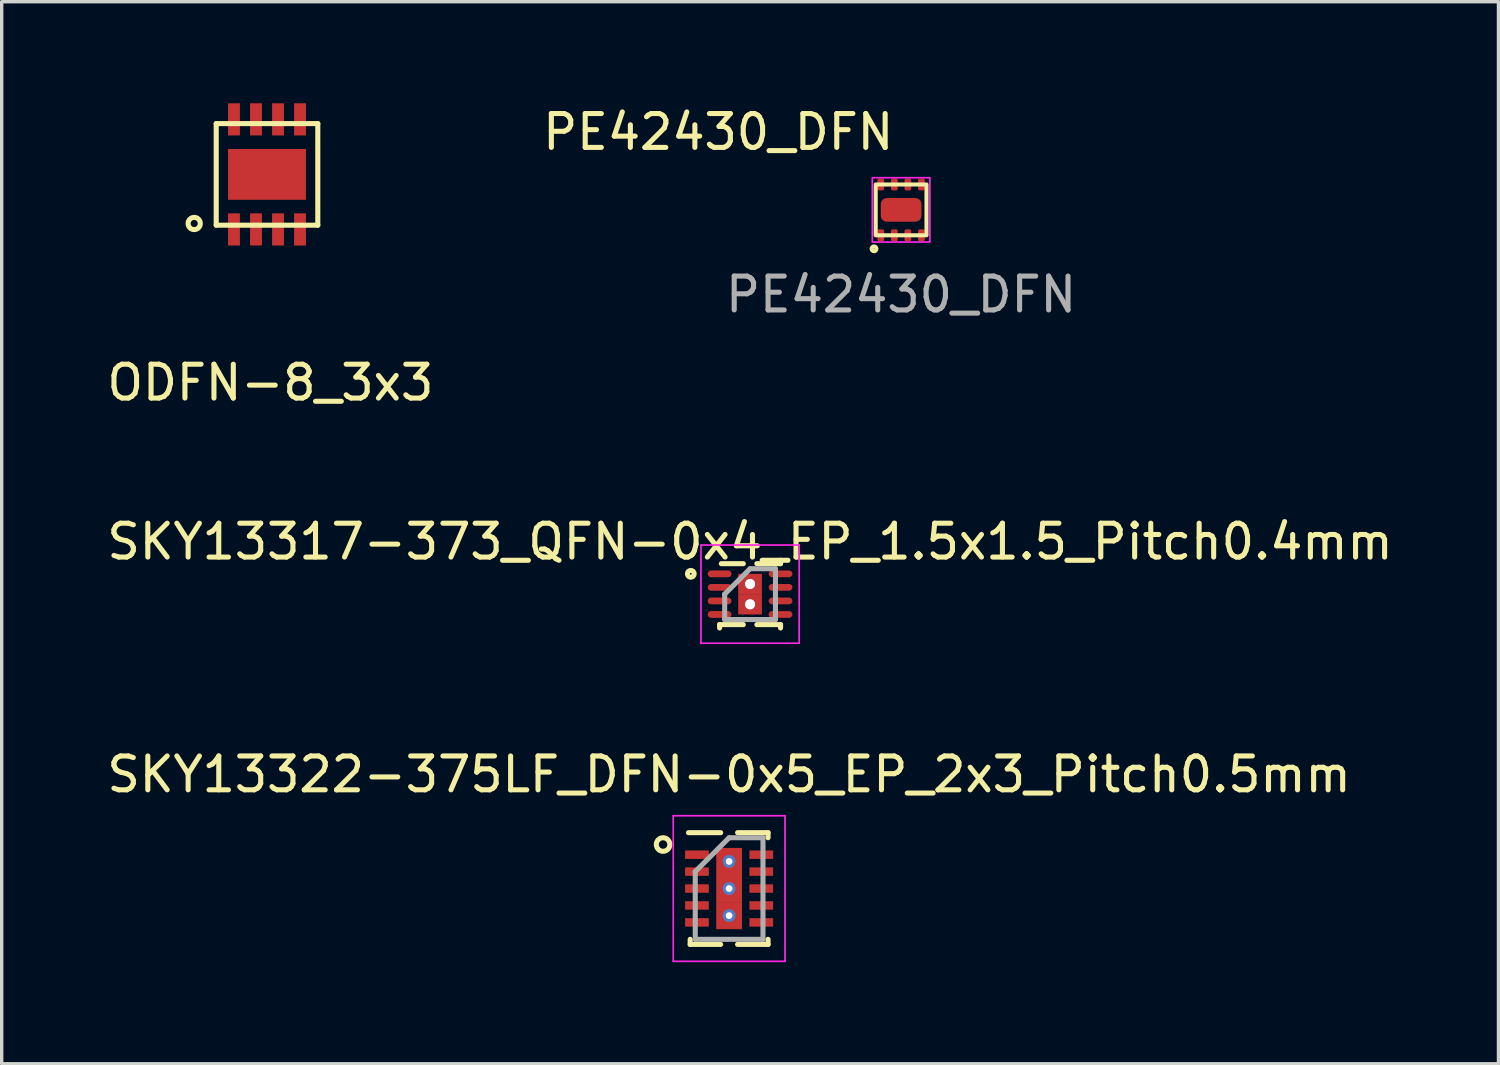
<source format=kicad_pcb>
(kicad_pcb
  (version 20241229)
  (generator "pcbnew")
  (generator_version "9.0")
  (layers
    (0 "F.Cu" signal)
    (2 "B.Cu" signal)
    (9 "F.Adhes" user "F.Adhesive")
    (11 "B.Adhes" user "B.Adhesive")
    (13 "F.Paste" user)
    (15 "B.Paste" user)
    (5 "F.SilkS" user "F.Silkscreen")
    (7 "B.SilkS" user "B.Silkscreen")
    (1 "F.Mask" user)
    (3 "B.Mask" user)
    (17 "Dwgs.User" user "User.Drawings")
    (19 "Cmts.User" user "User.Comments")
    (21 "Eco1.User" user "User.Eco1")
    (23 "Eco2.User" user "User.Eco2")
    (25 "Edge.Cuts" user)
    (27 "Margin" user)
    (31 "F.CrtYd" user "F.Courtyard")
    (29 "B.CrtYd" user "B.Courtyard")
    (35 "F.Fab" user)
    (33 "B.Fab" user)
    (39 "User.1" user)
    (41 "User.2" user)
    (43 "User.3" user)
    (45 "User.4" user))
  (footprint "PE42430_DFN"
    (layer "F.Cu")
    (at 23.561 3.148)
    (property "Reference" "PE42430_DFN" (at -5.4 -2.3 0) (unlocked yes) (layer "F.SilkS") (effects (font (size 1 1) (thickness 0.15))))
    (attr smd)
    (fp_rect (start -0.75 -0.75) (end 0.75 0.75) (stroke (width 0.12) (type solid)) (fill no) (layer "F.SilkS"))
    (fp_circle (center -0.8 1.15) (end -0.75 1.2) (stroke (width 0.12) (type solid)) (fill no) (layer "F.SilkS"))
    (fp_rect (start -0.85 -0.95) (end 0.85 0.95) (stroke (width 0.05) (type solid)) (fill no) (layer "F.CrtYd"))
    (fp_text user "${REFERENCE}" (at 0 2.5 0) (unlocked yes) (layer "F.Fab") (effects (font (size 1 1) (thickness 0.15))))
    (pad "1" smd roundrect (at -0.6 0.75) (size 0.2 0.35) (layers "F.Cu" "F.Mask" "F.Paste") (roundrect_rratio 0.25))
    (pad "2" smd roundrect (at -0.2 0.75) (size 0.2 0.35) (layers "F.Cu" "F.Mask" "F.Paste") (roundrect_rratio 0.25))
    (pad "3" smd roundrect (at 0.2 0.75) (size 0.2 0.35) (layers "F.Cu" "F.Mask" "F.Paste") (roundrect_rratio 0.25))
    (pad "4" smd roundrect (at 0.6 0.75) (size 0.2 0.35) (layers "F.Cu" "F.Mask" "F.Paste") (roundrect_rratio 0.25))
    (pad "5" smd roundrect (at 0.6 -0.75) (size 0.2 0.35) (layers "F.Cu" "F.Mask" "F.Paste") (roundrect_rratio 0.25))
    (pad "6" smd roundrect (at 0.2 -0.75) (size 0.2 0.35) (layers "F.Cu" "F.Mask" "F.Paste") (roundrect_rratio 0.25))
    (pad "7" smd roundrect (at -0.2 -0.75) (size 0.2 0.35) (layers "F.Cu" "F.Mask" "F.Paste") (roundrect_rratio 0.25))
    (pad "8" smd roundrect (at -0.6 -0.75) (size 0.2 0.35) (layers "F.Cu" "F.Mask" "F.Paste") (roundrect_rratio 0.25))
    (pad "9" smd roundrect (at 0 0) (size 1.2 0.7) (layers "F.Cu" "F.Mask" "F.Paste") (roundrect_rratio 0.25)))
  (footprint "ODFN-8_3x3"
    (layer "F.Cu")
    (at 4.835 2.1)
    (property "Reference" "ODFN-8_3x3" (at 0.1 6.15 0) (layer "F.SilkS") (effects (font (size 1 1) (thickness 0.15))))
    (attr through_hole)
    (fp_line (start -1.5 -1.5) (end -1.5 1.5) (stroke (width 0.15) (type solid)) (layer "F.SilkS"))
    (fp_line (start -1.5 1.5) (end 1.5 1.5) (stroke (width 0.15) (type solid)) (layer "F.SilkS"))
    (fp_line (start 1.5 -1.5) (end -1.5 -1.5) (stroke (width 0.15) (type solid)) (layer "F.SilkS"))
    (fp_line (start 1.5 1.5) (end 1.5 -1.5) (stroke (width 0.15) (type solid)) (layer "F.SilkS"))
    (fp_circle (center -2.15 1.45) (end -2.05 1.6) (stroke (width 0.15) (type solid)) (fill no) (layer "F.SilkS"))
    (pad "1" smd rect (at -0.975 1.625) (size 0.35 0.95) (layers "F.Cu" "F.Mask" "F.Paste"))
    (pad "2" smd rect (at -0.325 1.625) (size 0.35 0.95) (layers "F.Cu" "F.Mask" "F.Paste"))
    (pad "3" smd rect (at 0.325 1.625) (size 0.35 0.95) (layers "F.Cu" "F.Mask" "F.Paste"))
    (pad "4" smd rect (at 0.975 1.625) (size 0.35 0.95) (layers "F.Cu" "F.Mask" "F.Paste"))
    (pad "5" smd rect (at 0.975 -1.625) (size 0.35 0.95) (layers "F.Cu" "F.Mask" "F.Paste"))
    (pad "6" smd rect (at 0.325 -1.625) (size 0.35 0.95) (layers "F.Cu" "F.Mask" "F.Paste"))
    (pad "7" smd rect (at -0.325 -1.625) (size 0.35 0.95) (layers "F.Cu" "F.Mask" "F.Paste"))
    (pad "8" smd rect (at -0.975 -1.625) (size 0.35 0.95) (layers "F.Cu" "F.Mask" "F.Paste"))
    (pad "9" smd rect (at 0 0) (size 2.3 1.5) (layers "F.Cu" "F.Mask" "F.Paste")))
  (footprint "SKY13317-373_QFN-0x4_EP_1.5x1.5_Pitch0.4mm"
    (layer "F.Cu")
    (at 19.101 14.496)
    (property "Reference" "SKY13317-373_QFN-0x4_EP_1.5x1.5_Pitch0.4mm" (at 0 -1.55 0) (layer "F.SilkS") (effects (font (size 1 1) (thickness 0.15))))
    (attr smd)
    (fp_line (start -0.9 0.9) (end -0.9 1) (stroke (width 0.15) (type solid)) (layer "F.SilkS"))
    (fp_line (start -0.2 -0.9) (end -0.85 -0.9) (stroke (width 0.15) (type solid)) (layer "F.SilkS"))
    (fp_line (start -0.2 0.9) (end -0.9 0.9) (stroke (width 0.15) (type solid)) (layer "F.SilkS"))
    (fp_line (start 0.2 -0.9) (end 0.9 -0.9) (stroke (width 0.15) (type solid)) (layer "F.SilkS"))
    (fp_line (start 0.2 0.9) (end 0.9 0.9) (stroke (width 0.15) (type solid)) (layer "F.SilkS"))
    (fp_line (start 0.9 -0.9) (end 0.9 -1) (stroke (width 0.15) (type solid)) (layer "F.SilkS"))
    (fp_line (start 0.9 0.9) (end 0.9 1) (stroke (width 0.15) (type solid)) (layer "F.SilkS"))
    (fp_circle (center -1.75 -0.6) (end -1.75 -0.5) (stroke (width 0.15) (type solid)) (fill no) (layer "F.SilkS"))
    (fp_line (start -1.45 -1.45) (end 1.45 -1.45) (stroke (width 0.05) (type solid)) (layer "F.CrtYd"))
    (fp_line (start -1.45 1.45) (end -1.45 -1.45) (stroke (width 0.05) (type solid)) (layer "F.CrtYd"))
    (fp_line (start 1.45 -1.45) (end 1.45 1.45) (stroke (width 0.05) (type solid)) (layer "F.CrtYd"))
    (fp_line (start 1.45 1.45) (end -1.45 1.45) (stroke (width 0.05) (type solid)) (layer "F.CrtYd"))
    (fp_line (start -0.75 0) (end -0.75 0.75) (stroke (width 0.15) (type solid)) (layer "F.Fab"))
    (fp_line (start -0.75 0.75) (end 0.75 0.75) (stroke (width 0.15) (type solid)) (layer "F.Fab"))
    (fp_line (start 0 -0.75) (end -0.75 0) (stroke (width 0.15) (type solid)) (layer "F.Fab"))
    (fp_line (start 0.75 -0.75) (end 0 -0.75) (stroke (width 0.15) (type solid)) (layer "F.Fab"))
    (fp_line (start 0.75 0.75) (end 0.75 -0.75) (stroke (width 0.15) (type solid)) (layer "F.Fab"))
    (pad "1" smd oval (at -0.9 -0.6 90) (size 0.2 0.7) (layers "F.Cu" "F.Mask" "F.Paste"))
    (pad "2" smd oval (at -0.9 -0.2 90) (size 0.2 0.7) (layers "F.Cu" "F.Mask" "F.Paste"))
    (pad "3" smd oval (at -0.9 0.2 90) (size 0.2 0.7) (layers "F.Cu" "F.Mask" "F.Paste"))
    (pad "4" smd oval (at -0.9 0.6 90) (size 0.2 0.7) (layers "F.Cu" "F.Mask" "F.Paste"))
    (pad "5" smd oval (at 0.9 0.6 90) (size 0.2 0.7) (layers "F.Cu" "F.Mask" "F.Paste"))
    (pad "6" smd oval (at 0.9 0.2 90) (size 0.2 0.7) (layers "F.Cu" "F.Mask" "F.Paste"))
    (pad "7" smd oval (at 0.9 -0.2 90) (size 0.2 0.7) (layers "F.Cu" "F.Mask" "F.Paste"))
    (pad "8" smd oval (at 0.9 -0.6 90) (size 0.2 0.7) (layers "F.Cu" "F.Mask" "F.Paste"))
    (pad "9" thru_hole circle (at 0 -0.3) (size 0.3 0.3) (drill 0.3) (layers "*.Cu" "*.Mask"))
    (pad "9" smd rect (at 0 -0.3) (size 0.7 0.6) (layers "F.Cu" "F.Mask" "F.Paste"))
    (pad "9" thru_hole circle (at 0 0.3) (size 0.3 0.3) (drill 0.3) (layers "*.Cu" "*.Mask"))
    (pad "9" smd rect (at 0 0.3) (size 0.7 0.6) (layers "F.Cu" "F.Mask" "F.Paste")))
  (footprint "SKY13322-375LF_DFN-0x5_EP_2x3_Pitch0.5mm"
    (layer "F.Cu")
    (at 18.482 23.19)
    (property "Reference" "SKY13322-375LF_DFN-0x5_EP_2x3_Pitch0.5mm" (at 0 -3.37 0) (layer "F.SilkS") (effects (font (size 1 1) (thickness 0.15))))
    (attr through_hole)
    (fp_line (start -1.15 1.65) (end -1.15 1.5) (stroke (width 0.15) (type default)) (layer "F.SilkS"))
    (fp_line (start -0.25 -1.65) (end -1.2 -1.65) (stroke (width 0.15) (type default)) (layer "F.SilkS"))
    (fp_line (start -0.25 1.65) (end -1.15 1.65) (stroke (width 0.15) (type default)) (layer "F.SilkS"))
    (fp_line (start 0.25 -1.65) (end 1.15 -1.65) (stroke (width 0.15) (type default)) (layer "F.SilkS"))
    (fp_line (start 0.25 1.65) (end 1.15 1.65) (stroke (width 0.15) (type default)) (layer "F.SilkS"))
    (fp_line (start 1.15 -1.65) (end 1.15 -1.5) (stroke (width 0.15) (type default)) (layer "F.SilkS"))
    (fp_line (start 1.15 1.65) (end 1.15 1.5) (stroke (width 0.15) (type default)) (layer "F.SilkS"))
    (fp_circle (center -1.95 -1.3) (end -1.95 -1.1) (stroke (width 0.15) (type default)) (fill no) (layer "F.SilkS"))
    (fp_line (start -1.65 -2.15) (end 1.65 -2.15) (stroke (width 0.05) (type default)) (layer "F.CrtYd"))
    (fp_line (start -1.65 2.15) (end -1.65 -2.15) (stroke (width 0.05) (type default)) (layer "F.CrtYd"))
    (fp_line (start 1.65 -2.15) (end 1.65 2.15) (stroke (width 0.05) (type default)) (layer "F.CrtYd"))
    (fp_line (start 1.65 2.15) (end -1.65 2.15) (stroke (width 0.05) (type default)) (layer "F.CrtYd"))
    (fp_line (start -1 -0.5) (end -1 1.5) (stroke (width 0.15) (type default)) (layer "F.Fab"))
    (fp_line (start -1 1.5) (end 1 1.5) (stroke (width 0.15) (type default)) (layer "F.Fab"))
    (fp_line (start 0 -1.5) (end -1 -0.5) (stroke (width 0.15) (type default)) (layer "F.Fab"))
    (fp_line (start 1 -1.5) (end 0 -1.5) (stroke (width 0.15) (type default)) (layer "F.Fab"))
    (fp_line (start 1 1.5) (end 1 -1.5) (stroke (width 0.15) (type default)) (layer "F.Fab"))
    (pad "1" smd rect (at -0.95 -1 90) (size 0.25 0.7) (layers "F.Cu" "F.Mask" "F.Paste"))
    (pad "2" smd rect (at -0.95 -0.5 90) (size 0.25 0.7) (layers "F.Cu" "F.Mask" "F.Paste"))
    (pad "3" smd rect (at -0.95 0 90) (size 0.25 0.7) (layers "F.Cu" "F.Mask" "F.Paste"))
    (pad "4" smd rect (at -0.95 0.5 90) (size 0.25 0.7) (layers "F.Cu" "F.Mask" "F.Paste"))
    (pad "5" smd rect (at -0.95 1 90) (size 0.25 0.7) (layers "F.Cu" "F.Mask" "F.Paste"))
    (pad "6" smd rect (at 0.95 1 90) (size 0.25 0.7) (layers "F.Cu" "F.Mask" "F.Paste"))
    (pad "7" smd rect (at 0.95 0.5 90) (size 0.25 0.7) (layers "F.Cu" "F.Mask" "F.Paste"))
    (pad "8" smd rect (at 0.95 0 90) (size 0.25 0.7) (layers "F.Cu" "F.Mask" "F.Paste"))
    (pad "9" smd rect (at 0.95 -0.5 90) (size 0.25 0.7) (layers "F.Cu" "F.Mask" "F.Paste"))
    (pad "10" smd rect (at 0.95 -1 90) (size 0.25 0.7) (layers "F.Cu" "F.Mask" "F.Paste"))
    (pad "11" thru_hole circle (at 0 -0.8) (size 0.38 0.38) (drill 0.2) (layers "*.Cu" "*.Mask"))
    (pad "11" smd rect (at 0 -0.8) (size 0.76 0.8) (layers "F.Cu" "F.Mask" "F.Paste"))
    (pad "11" thru_hole circle (at 0 0) (size 0.38 0.38) (drill 0.2) (layers "*.Cu" "*.Mask"))
    (pad "11" smd rect (at 0 0) (size 0.76 0.8) (layers "F.Cu" "F.Mask" "F.Paste"))
    (pad "11" thru_hole circle (at 0 0.8) (size 0.38 0.38) (drill 0.2) (layers "*.Cu" "*.Mask"))
    (pad "11" smd rect (at 0 0.8) (size 0.76 0.8) (layers "F.Cu" "F.Mask" "F.Paste")))
  (gr_rect
    (start -3 -3)
    (end 41.202 28.365)
    (stroke (width 0.1) (type default))
    (fill no)
    (layer "Edge.Cuts")))
</source>
